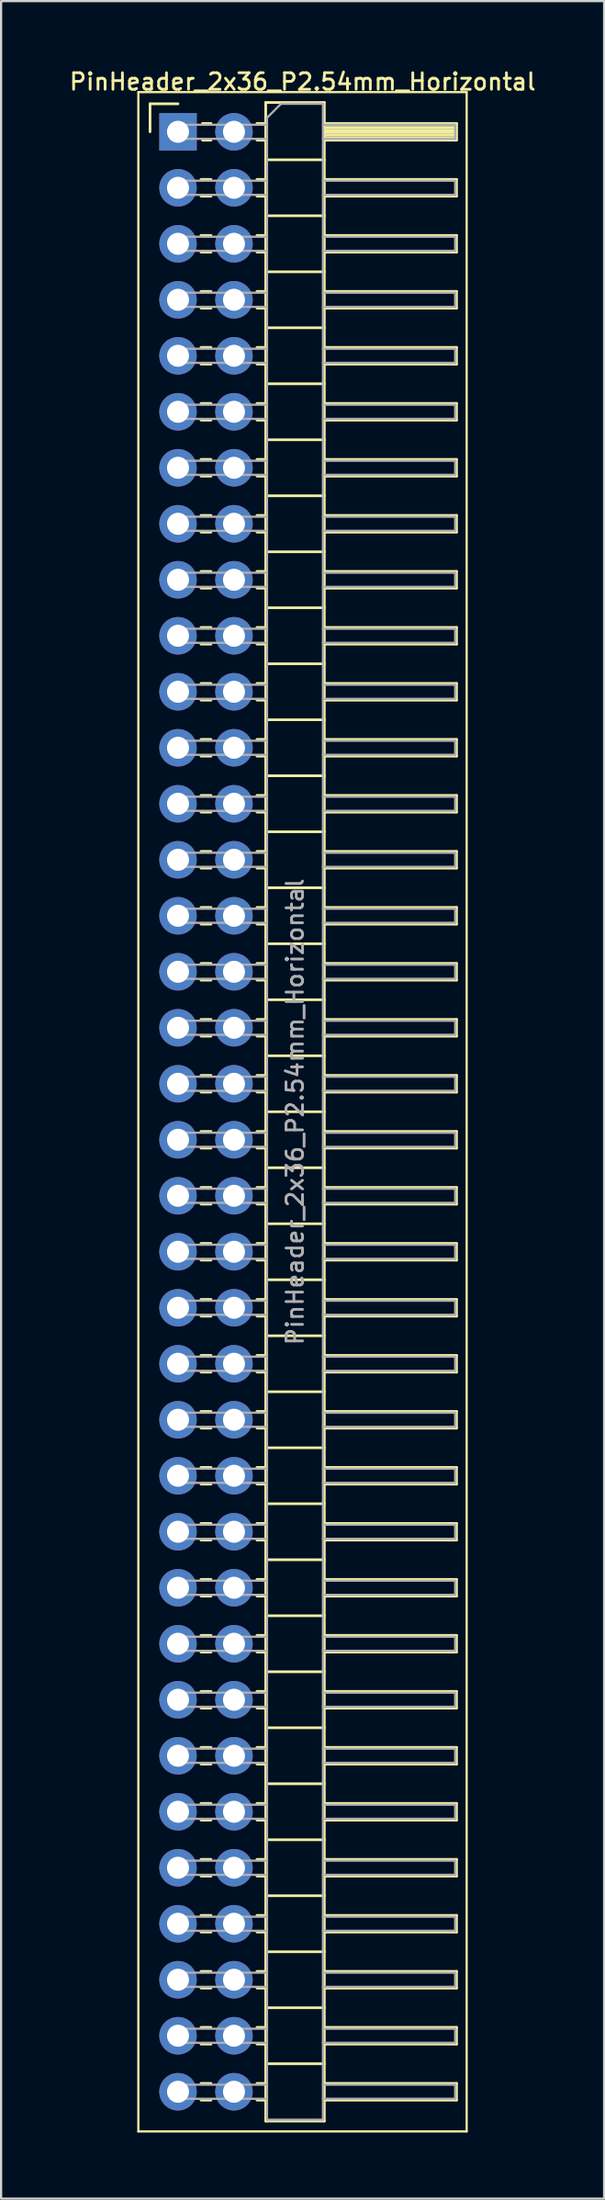
<source format=kicad_pcb>
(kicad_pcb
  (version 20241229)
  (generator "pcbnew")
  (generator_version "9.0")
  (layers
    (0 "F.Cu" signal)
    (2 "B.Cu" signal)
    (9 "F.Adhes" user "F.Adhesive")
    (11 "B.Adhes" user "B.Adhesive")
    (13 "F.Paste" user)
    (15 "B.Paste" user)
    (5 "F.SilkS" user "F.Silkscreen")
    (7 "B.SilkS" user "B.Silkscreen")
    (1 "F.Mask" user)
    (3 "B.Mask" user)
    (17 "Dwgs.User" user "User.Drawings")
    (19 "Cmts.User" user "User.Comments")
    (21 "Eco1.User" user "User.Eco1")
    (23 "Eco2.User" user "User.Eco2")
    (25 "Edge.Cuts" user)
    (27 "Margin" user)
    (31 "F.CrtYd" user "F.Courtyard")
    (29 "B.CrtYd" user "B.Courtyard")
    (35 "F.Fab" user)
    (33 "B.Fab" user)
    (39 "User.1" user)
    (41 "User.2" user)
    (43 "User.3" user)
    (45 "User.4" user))
  (footprint "PinHeader_2x36_P2.54mm_Horizontal"
    (layer "F.Cu")
    (at 5.029 2.928)
    (property "Reference" "PinHeader_2x36_P2.54mm_Horizontal" (at 5.655 -2.27 0) (layer "F.SilkS") (effects (font (size 0.75 0.75) (thickness 0.125))))
    (attr through_hole)
    (fp_line (start -1.8 -1.8) (end -1.8 90.7) (stroke (width 0.1) (type solid)) (layer "F.SilkS"))
    (fp_line (start -1.8 90.7) (end 13.1 90.7) (stroke (width 0.1) (type solid)) (layer "F.SilkS"))
    (fp_line (start -1.27 -1.27) (end 0 -1.27) (stroke (width 0.12) (type solid)) (layer "F.SilkS"))
    (fp_line (start -1.27 0) (end -1.27 -1.27) (stroke (width 0.12) (type solid)) (layer "F.SilkS"))
    (fp_line (start 1.043 2.16) (end 1.497 2.16) (stroke (width 0.12) (type solid)) (layer "F.SilkS"))
    (fp_line (start 1.043 2.92) (end 1.497 2.92) (stroke (width 0.12) (type solid)) (layer "F.SilkS"))
    (fp_line (start 1.043 4.7) (end 1.497 4.7) (stroke (width 0.12) (type solid)) (layer "F.SilkS"))
    (fp_line (start 1.043 5.46) (end 1.497 5.46) (stroke (width 0.12) (type solid)) (layer "F.SilkS"))
    (fp_line (start 1.043 7.24) (end 1.497 7.24) (stroke (width 0.12) (type solid)) (layer "F.SilkS"))
    (fp_line (start 1.043 8) (end 1.497 8) (stroke (width 0.12) (type solid)) (layer "F.SilkS"))
    (fp_line (start 1.043 9.78) (end 1.497 9.78) (stroke (width 0.12) (type solid)) (layer "F.SilkS"))
    (fp_line (start 1.043 10.54) (end 1.497 10.54) (stroke (width 0.12) (type solid)) (layer "F.SilkS"))
    (fp_line (start 1.043 12.32) (end 1.497 12.32) (stroke (width 0.12) (type solid)) (layer "F.SilkS"))
    (fp_line (start 1.043 13.08) (end 1.497 13.08) (stroke (width 0.12) (type solid)) (layer "F.SilkS"))
    (fp_line (start 1.043 14.86) (end 1.497 14.86) (stroke (width 0.12) (type solid)) (layer "F.SilkS"))
    (fp_line (start 1.043 15.62) (end 1.497 15.62) (stroke (width 0.12) (type solid)) (layer "F.SilkS"))
    (fp_line (start 1.043 17.4) (end 1.497 17.4) (stroke (width 0.12) (type solid)) (layer "F.SilkS"))
    (fp_line (start 1.043 18.16) (end 1.497 18.16) (stroke (width 0.12) (type solid)) (layer "F.SilkS"))
    (fp_line (start 1.043 19.94) (end 1.497 19.94) (stroke (width 0.12) (type solid)) (layer "F.SilkS"))
    (fp_line (start 1.043 20.7) (end 1.497 20.7) (stroke (width 0.12) (type solid)) (layer "F.SilkS"))
    (fp_line (start 1.043 22.48) (end 1.497 22.48) (stroke (width 0.12) (type solid)) (layer "F.SilkS"))
    (fp_line (start 1.043 23.24) (end 1.497 23.24) (stroke (width 0.12) (type solid)) (layer "F.SilkS"))
    (fp_line (start 1.043 25.02) (end 1.497 25.02) (stroke (width 0.12) (type solid)) (layer "F.SilkS"))
    (fp_line (start 1.043 25.78) (end 1.497 25.78) (stroke (width 0.12) (type solid)) (layer "F.SilkS"))
    (fp_line (start 1.043 27.56) (end 1.497 27.56) (stroke (width 0.12) (type solid)) (layer "F.SilkS"))
    (fp_line (start 1.043 28.32) (end 1.497 28.32) (stroke (width 0.12) (type solid)) (layer "F.SilkS"))
    (fp_line (start 1.043 30.1) (end 1.497 30.1) (stroke (width 0.12) (type solid)) (layer "F.SilkS"))
    (fp_line (start 1.043 30.86) (end 1.497 30.86) (stroke (width 0.12) (type solid)) (layer "F.SilkS"))
    (fp_line (start 1.043 32.64) (end 1.497 32.64) (stroke (width 0.12) (type solid)) (layer "F.SilkS"))
    (fp_line (start 1.043 33.4) (end 1.497 33.4) (stroke (width 0.12) (type solid)) (layer "F.SilkS"))
    (fp_line (start 1.043 35.18) (end 1.497 35.18) (stroke (width 0.12) (type solid)) (layer "F.SilkS"))
    (fp_line (start 1.043 35.94) (end 1.497 35.94) (stroke (width 0.12) (type solid)) (layer "F.SilkS"))
    (fp_line (start 1.043 37.72) (end 1.497 37.72) (stroke (width 0.12) (type solid)) (layer "F.SilkS"))
    (fp_line (start 1.043 38.48) (end 1.497 38.48) (stroke (width 0.12) (type solid)) (layer "F.SilkS"))
    (fp_line (start 1.043 40.26) (end 1.497 40.26) (stroke (width 0.12) (type solid)) (layer "F.SilkS"))
    (fp_line (start 1.043 41.02) (end 1.497 41.02) (stroke (width 0.12) (type solid)) (layer "F.SilkS"))
    (fp_line (start 1.043 42.8) (end 1.497 42.8) (stroke (width 0.12) (type solid)) (layer "F.SilkS"))
    (fp_line (start 1.043 43.56) (end 1.497 43.56) (stroke (width 0.12) (type solid)) (layer "F.SilkS"))
    (fp_line (start 1.043 45.34) (end 1.497 45.34) (stroke (width 0.12) (type solid)) (layer "F.SilkS"))
    (fp_line (start 1.043 46.1) (end 1.497 46.1) (stroke (width 0.12) (type solid)) (layer "F.SilkS"))
    (fp_line (start 1.043 47.88) (end 1.497 47.88) (stroke (width 0.12) (type solid)) (layer "F.SilkS"))
    (fp_line (start 1.043 48.64) (end 1.497 48.64) (stroke (width 0.12) (type solid)) (layer "F.SilkS"))
    (fp_line (start 1.043 50.42) (end 1.497 50.42) (stroke (width 0.12) (type solid)) (layer "F.SilkS"))
    (fp_line (start 1.043 51.18) (end 1.497 51.18) (stroke (width 0.12) (type solid)) (layer "F.SilkS"))
    (fp_line (start 1.043 52.96) (end 1.497 52.96) (stroke (width 0.12) (type solid)) (layer "F.SilkS"))
    (fp_line (start 1.043 53.72) (end 1.497 53.72) (stroke (width 0.12) (type solid)) (layer "F.SilkS"))
    (fp_line (start 1.043 55.5) (end 1.497 55.5) (stroke (width 0.12) (type solid)) (layer "F.SilkS"))
    (fp_line (start 1.043 56.26) (end 1.497 56.26) (stroke (width 0.12) (type solid)) (layer "F.SilkS"))
    (fp_line (start 1.043 58.04) (end 1.497 58.04) (stroke (width 0.12) (type solid)) (layer "F.SilkS"))
    (fp_line (start 1.043 58.8) (end 1.497 58.8) (stroke (width 0.12) (type solid)) (layer "F.SilkS"))
    (fp_line (start 1.043 60.58) (end 1.497 60.58) (stroke (width 0.12) (type solid)) (layer "F.SilkS"))
    (fp_line (start 1.043 61.34) (end 1.497 61.34) (stroke (width 0.12) (type solid)) (layer "F.SilkS"))
    (fp_line (start 1.043 63.12) (end 1.497 63.12) (stroke (width 0.12) (type solid)) (layer "F.SilkS"))
    (fp_line (start 1.043 63.88) (end 1.497 63.88) (stroke (width 0.12) (type solid)) (layer "F.SilkS"))
    (fp_line (start 1.043 65.66) (end 1.497 65.66) (stroke (width 0.12) (type solid)) (layer "F.SilkS"))
    (fp_line (start 1.043 66.42) (end 1.497 66.42) (stroke (width 0.12) (type solid)) (layer "F.SilkS"))
    (fp_line (start 1.043 68.2) (end 1.497 68.2) (stroke (width 0.12) (type solid)) (layer "F.SilkS"))
    (fp_line (start 1.043 68.96) (end 1.497 68.96) (stroke (width 0.12) (type solid)) (layer "F.SilkS"))
    (fp_line (start 1.043 70.74) (end 1.497 70.74) (stroke (width 0.12) (type solid)) (layer "F.SilkS"))
    (fp_line (start 1.043 71.5) (end 1.497 71.5) (stroke (width 0.12) (type solid)) (layer "F.SilkS"))
    (fp_line (start 1.043 73.28) (end 1.497 73.28) (stroke (width 0.12) (type solid)) (layer "F.SilkS"))
    (fp_line (start 1.043 74.04) (end 1.497 74.04) (stroke (width 0.12) (type solid)) (layer "F.SilkS"))
    (fp_line (start 1.043 75.82) (end 1.497 75.82) (stroke (width 0.12) (type solid)) (layer "F.SilkS"))
    (fp_line (start 1.043 76.58) (end 1.497 76.58) (stroke (width 0.12) (type solid)) (layer "F.SilkS"))
    (fp_line (start 1.043 78.36) (end 1.497 78.36) (stroke (width 0.12) (type solid)) (layer "F.SilkS"))
    (fp_line (start 1.043 79.12) (end 1.497 79.12) (stroke (width 0.12) (type solid)) (layer "F.SilkS"))
    (fp_line (start 1.043 80.9) (end 1.497 80.9) (stroke (width 0.12) (type solid)) (layer "F.SilkS"))
    (fp_line (start 1.043 81.66) (end 1.497 81.66) (stroke (width 0.12) (type solid)) (layer "F.SilkS"))
    (fp_line (start 1.043 83.44) (end 1.497 83.44) (stroke (width 0.12) (type solid)) (layer "F.SilkS"))
    (fp_line (start 1.043 84.2) (end 1.497 84.2) (stroke (width 0.12) (type solid)) (layer "F.SilkS"))
    (fp_line (start 1.043 85.98) (end 1.497 85.98) (stroke (width 0.12) (type solid)) (layer "F.SilkS"))
    (fp_line (start 1.043 86.74) (end 1.497 86.74) (stroke (width 0.12) (type solid)) (layer "F.SilkS"))
    (fp_line (start 1.043 88.52) (end 1.497 88.52) (stroke (width 0.12) (type solid)) (layer "F.SilkS"))
    (fp_line (start 1.043 89.28) (end 1.497 89.28) (stroke (width 0.12) (type solid)) (layer "F.SilkS"))
    (fp_line (start 1.11 -0.38) (end 1.497 -0.38) (stroke (width 0.12) (type solid)) (layer "F.SilkS"))
    (fp_line (start 1.11 0.38) (end 1.497 0.38) (stroke (width 0.12) (type solid)) (layer "F.SilkS"))
    (fp_line (start 3.583 -0.38) (end 3.98 -0.38) (stroke (width 0.12) (type solid)) (layer "F.SilkS"))
    (fp_line (start 3.583 0.38) (end 3.98 0.38) (stroke (width 0.12) (type solid)) (layer "F.SilkS"))
    (fp_line (start 3.583 2.16) (end 3.98 2.16) (stroke (width 0.12) (type solid)) (layer "F.SilkS"))
    (fp_line (start 3.583 2.92) (end 3.98 2.92) (stroke (width 0.12) (type solid)) (layer "F.SilkS"))
    (fp_line (start 3.583 4.7) (end 3.98 4.7) (stroke (width 0.12) (type solid)) (layer "F.SilkS"))
    (fp_line (start 3.583 5.46) (end 3.98 5.46) (stroke (width 0.12) (type solid)) (layer "F.SilkS"))
    (fp_line (start 3.583 7.24) (end 3.98 7.24) (stroke (width 0.12) (type solid)) (layer "F.SilkS"))
    (fp_line (start 3.583 8) (end 3.98 8) (stroke (width 0.12) (type solid)) (layer "F.SilkS"))
    (fp_line (start 3.583 9.78) (end 3.98 9.78) (stroke (width 0.12) (type solid)) (layer "F.SilkS"))
    (fp_line (start 3.583 10.54) (end 3.98 10.54) (stroke (width 0.12) (type solid)) (layer "F.SilkS"))
    (fp_line (start 3.583 12.32) (end 3.98 12.32) (stroke (width 0.12) (type solid)) (layer "F.SilkS"))
    (fp_line (start 3.583 13.08) (end 3.98 13.08) (stroke (width 0.12) (type solid)) (layer "F.SilkS"))
    (fp_line (start 3.583 14.86) (end 3.98 14.86) (stroke (width 0.12) (type solid)) (layer "F.SilkS"))
    (fp_line (start 3.583 15.62) (end 3.98 15.62) (stroke (width 0.12) (type solid)) (layer "F.SilkS"))
    (fp_line (start 3.583 17.4) (end 3.98 17.4) (stroke (width 0.12) (type solid)) (layer "F.SilkS"))
    (fp_line (start 3.583 18.16) (end 3.98 18.16) (stroke (width 0.12) (type solid)) (layer "F.SilkS"))
    (fp_line (start 3.583 19.94) (end 3.98 19.94) (stroke (width 0.12) (type solid)) (layer "F.SilkS"))
    (fp_line (start 3.583 20.7) (end 3.98 20.7) (stroke (width 0.12) (type solid)) (layer "F.SilkS"))
    (fp_line (start 3.583 22.48) (end 3.98 22.48) (stroke (width 0.12) (type solid)) (layer "F.SilkS"))
    (fp_line (start 3.583 23.24) (end 3.98 23.24) (stroke (width 0.12) (type solid)) (layer "F.SilkS"))
    (fp_line (start 3.583 25.02) (end 3.98 25.02) (stroke (width 0.12) (type solid)) (layer "F.SilkS"))
    (fp_line (start 3.583 25.78) (end 3.98 25.78) (stroke (width 0.12) (type solid)) (layer "F.SilkS"))
    (fp_line (start 3.583 27.56) (end 3.98 27.56) (stroke (width 0.12) (type solid)) (layer "F.SilkS"))
    (fp_line (start 3.583 28.32) (end 3.98 28.32) (stroke (width 0.12) (type solid)) (layer "F.SilkS"))
    (fp_line (start 3.583 30.1) (end 3.98 30.1) (stroke (width 0.12) (type solid)) (layer "F.SilkS"))
    (fp_line (start 3.583 30.86) (end 3.98 30.86) (stroke (width 0.12) (type solid)) (layer "F.SilkS"))
    (fp_line (start 3.583 32.64) (end 3.98 32.64) (stroke (width 0.12) (type solid)) (layer "F.SilkS"))
    (fp_line (start 3.583 33.4) (end 3.98 33.4) (stroke (width 0.12) (type solid)) (layer "F.SilkS"))
    (fp_line (start 3.583 35.18) (end 3.98 35.18) (stroke (width 0.12) (type solid)) (layer "F.SilkS"))
    (fp_line (start 3.583 35.94) (end 3.98 35.94) (stroke (width 0.12) (type solid)) (layer "F.SilkS"))
    (fp_line (start 3.583 37.72) (end 3.98 37.72) (stroke (width 0.12) (type solid)) (layer "F.SilkS"))
    (fp_line (start 3.583 38.48) (end 3.98 38.48) (stroke (width 0.12) (type solid)) (layer "F.SilkS"))
    (fp_line (start 3.583 40.26) (end 3.98 40.26) (stroke (width 0.12) (type solid)) (layer "F.SilkS"))
    (fp_line (start 3.583 41.02) (end 3.98 41.02) (stroke (width 0.12) (type solid)) (layer "F.SilkS"))
    (fp_line (start 3.583 42.8) (end 3.98 42.8) (stroke (width 0.12) (type solid)) (layer "F.SilkS"))
    (fp_line (start 3.583 43.56) (end 3.98 43.56) (stroke (width 0.12) (type solid)) (layer "F.SilkS"))
    (fp_line (start 3.583 45.34) (end 3.98 45.34) (stroke (width 0.12) (type solid)) (layer "F.SilkS"))
    (fp_line (start 3.583 46.1) (end 3.98 46.1) (stroke (width 0.12) (type solid)) (layer "F.SilkS"))
    (fp_line (start 3.583 47.88) (end 3.98 47.88) (stroke (width 0.12) (type solid)) (layer "F.SilkS"))
    (fp_line (start 3.583 48.64) (end 3.98 48.64) (stroke (width 0.12) (type solid)) (layer "F.SilkS"))
    (fp_line (start 3.583 50.42) (end 3.98 50.42) (stroke (width 0.12) (type solid)) (layer "F.SilkS"))
    (fp_line (start 3.583 51.18) (end 3.98 51.18) (stroke (width 0.12) (type solid)) (layer "F.SilkS"))
    (fp_line (start 3.583 52.96) (end 3.98 52.96) (stroke (width 0.12) (type solid)) (layer "F.SilkS"))
    (fp_line (start 3.583 53.72) (end 3.98 53.72) (stroke (width 0.12) (type solid)) (layer "F.SilkS"))
    (fp_line (start 3.583 55.5) (end 3.98 55.5) (stroke (width 0.12) (type solid)) (layer "F.SilkS"))
    (fp_line (start 3.583 56.26) (end 3.98 56.26) (stroke (width 0.12) (type solid)) (layer "F.SilkS"))
    (fp_line (start 3.583 58.04) (end 3.98 58.04) (stroke (width 0.12) (type solid)) (layer "F.SilkS"))
    (fp_line (start 3.583 58.8) (end 3.98 58.8) (stroke (width 0.12) (type solid)) (layer "F.SilkS"))
    (fp_line (start 3.583 60.58) (end 3.98 60.58) (stroke (width 0.12) (type solid)) (layer "F.SilkS"))
    (fp_line (start 3.583 61.34) (end 3.98 61.34) (stroke (width 0.12) (type solid)) (layer "F.SilkS"))
    (fp_line (start 3.583 63.12) (end 3.98 63.12) (stroke (width 0.12) (type solid)) (layer "F.SilkS"))
    (fp_line (start 3.583 63.88) (end 3.98 63.88) (stroke (width 0.12) (type solid)) (layer "F.SilkS"))
    (fp_line (start 3.583 65.66) (end 3.98 65.66) (stroke (width 0.12) (type solid)) (layer "F.SilkS"))
    (fp_line (start 3.583 66.42) (end 3.98 66.42) (stroke (width 0.12) (type solid)) (layer "F.SilkS"))
    (fp_line (start 3.583 68.2) (end 3.98 68.2) (stroke (width 0.12) (type solid)) (layer "F.SilkS"))
    (fp_line (start 3.583 68.96) (end 3.98 68.96) (stroke (width 0.12) (type solid)) (layer "F.SilkS"))
    (fp_line (start 3.583 70.74) (end 3.98 70.74) (stroke (width 0.12) (type solid)) (layer "F.SilkS"))
    (fp_line (start 3.583 71.5) (end 3.98 71.5) (stroke (width 0.12) (type solid)) (layer "F.SilkS"))
    (fp_line (start 3.583 73.28) (end 3.98 73.28) (stroke (width 0.12) (type solid)) (layer "F.SilkS"))
    (fp_line (start 3.583 74.04) (end 3.98 74.04) (stroke (width 0.12) (type solid)) (layer "F.SilkS"))
    (fp_line (start 3.583 75.82) (end 3.98 75.82) (stroke (width 0.12) (type solid)) (layer "F.SilkS"))
    (fp_line (start 3.583 76.58) (end 3.98 76.58) (stroke (width 0.12) (type solid)) (layer "F.SilkS"))
    (fp_line (start 3.583 78.36) (end 3.98 78.36) (stroke (width 0.12) (type solid)) (layer "F.SilkS"))
    (fp_line (start 3.583 79.12) (end 3.98 79.12) (stroke (width 0.12) (type solid)) (layer "F.SilkS"))
    (fp_line (start 3.583 80.9) (end 3.98 80.9) (stroke (width 0.12) (type solid)) (layer "F.SilkS"))
    (fp_line (start 3.583 81.66) (end 3.98 81.66) (stroke (width 0.12) (type solid)) (layer "F.SilkS"))
    (fp_line (start 3.583 83.44) (end 3.98 83.44) (stroke (width 0.12) (type solid)) (layer "F.SilkS"))
    (fp_line (start 3.583 84.2) (end 3.98 84.2) (stroke (width 0.12) (type solid)) (layer "F.SilkS"))
    (fp_line (start 3.583 85.98) (end 3.98 85.98) (stroke (width 0.12) (type solid)) (layer "F.SilkS"))
    (fp_line (start 3.583 86.74) (end 3.98 86.74) (stroke (width 0.12) (type solid)) (layer "F.SilkS"))
    (fp_line (start 3.583 88.52) (end 3.98 88.52) (stroke (width 0.12) (type solid)) (layer "F.SilkS"))
    (fp_line (start 3.583 89.28) (end 3.98 89.28) (stroke (width 0.12) (type solid)) (layer "F.SilkS"))
    (fp_line (start 3.98 -1.33) (end 3.98 90.23) (stroke (width 0.12) (type solid)) (layer "F.SilkS"))
    (fp_line (start 3.98 1.27) (end 6.64 1.27) (stroke (width 0.12) (type solid)) (layer "F.SilkS"))
    (fp_line (start 3.98 3.81) (end 6.64 3.81) (stroke (width 0.12) (type solid)) (layer "F.SilkS"))
    (fp_line (start 3.98 6.35) (end 6.64 6.35) (stroke (width 0.12) (type solid)) (layer "F.SilkS"))
    (fp_line (start 3.98 8.89) (end 6.64 8.89) (stroke (width 0.12) (type solid)) (layer "F.SilkS"))
    (fp_line (start 3.98 11.43) (end 6.64 11.43) (stroke (width 0.12) (type solid)) (layer "F.SilkS"))
    (fp_line (start 3.98 13.97) (end 6.64 13.97) (stroke (width 0.12) (type solid)) (layer "F.SilkS"))
    (fp_line (start 3.98 16.51) (end 6.64 16.51) (stroke (width 0.12) (type solid)) (layer "F.SilkS"))
    (fp_line (start 3.98 19.05) (end 6.64 19.05) (stroke (width 0.12) (type solid)) (layer "F.SilkS"))
    (fp_line (start 3.98 21.59) (end 6.64 21.59) (stroke (width 0.12) (type solid)) (layer "F.SilkS"))
    (fp_line (start 3.98 24.13) (end 6.64 24.13) (stroke (width 0.12) (type solid)) (layer "F.SilkS"))
    (fp_line (start 3.98 26.67) (end 6.64 26.67) (stroke (width 0.12) (type solid)) (layer "F.SilkS"))
    (fp_line (start 3.98 29.21) (end 6.64 29.21) (stroke (width 0.12) (type solid)) (layer "F.SilkS"))
    (fp_line (start 3.98 31.75) (end 6.64 31.75) (stroke (width 0.12) (type solid)) (layer "F.SilkS"))
    (fp_line (start 3.98 34.29) (end 6.64 34.29) (stroke (width 0.12) (type solid)) (layer "F.SilkS"))
    (fp_line (start 3.98 36.83) (end 6.64 36.83) (stroke (width 0.12) (type solid)) (layer "F.SilkS"))
    (fp_line (start 3.98 39.37) (end 6.64 39.37) (stroke (width 0.12) (type solid)) (layer "F.SilkS"))
    (fp_line (start 3.98 41.91) (end 6.64 41.91) (stroke (width 0.12) (type solid)) (layer "F.SilkS"))
    (fp_line (start 3.98 44.45) (end 6.64 44.45) (stroke (width 0.12) (type solid)) (layer "F.SilkS"))
    (fp_line (start 3.98 46.99) (end 6.64 46.99) (stroke (width 0.12) (type solid)) (layer "F.SilkS"))
    (fp_line (start 3.98 49.53) (end 6.64 49.53) (stroke (width 0.12) (type solid)) (layer "F.SilkS"))
    (fp_line (start 3.98 52.07) (end 6.64 52.07) (stroke (width 0.12) (type solid)) (layer "F.SilkS"))
    (fp_line (start 3.98 54.61) (end 6.64 54.61) (stroke (width 0.12) (type solid)) (layer "F.SilkS"))
    (fp_line (start 3.98 57.15) (end 6.64 57.15) (stroke (width 0.12) (type solid)) (layer "F.SilkS"))
    (fp_line (start 3.98 59.69) (end 6.64 59.69) (stroke (width 0.12) (type solid)) (layer "F.SilkS"))
    (fp_line (start 3.98 62.23) (end 6.64 62.23) (stroke (width 0.12) (type solid)) (layer "F.SilkS"))
    (fp_line (start 3.98 64.77) (end 6.64 64.77) (stroke (width 0.12) (type solid)) (layer "F.SilkS"))
    (fp_line (start 3.98 67.31) (end 6.64 67.31) (stroke (width 0.12) (type solid)) (layer "F.SilkS"))
    (fp_line (start 3.98 69.85) (end 6.64 69.85) (stroke (width 0.12) (type solid)) (layer "F.SilkS"))
    (fp_line (start 3.98 72.39) (end 6.64 72.39) (stroke (width 0.12) (type solid)) (layer "F.SilkS"))
    (fp_line (start 3.98 74.93) (end 6.64 74.93) (stroke (width 0.12) (type solid)) (layer "F.SilkS"))
    (fp_line (start 3.98 77.47) (end 6.64 77.47) (stroke (width 0.12) (type solid)) (layer "F.SilkS"))
    (fp_line (start 3.98 80.01) (end 6.64 80.01) (stroke (width 0.12) (type solid)) (layer "F.SilkS"))
    (fp_line (start 3.98 82.55) (end 6.64 82.55) (stroke (width 0.12) (type solid)) (layer "F.SilkS"))
    (fp_line (start 3.98 85.09) (end 6.64 85.09) (stroke (width 0.12) (type solid)) (layer "F.SilkS"))
    (fp_line (start 3.98 87.63) (end 6.64 87.63) (stroke (width 0.12) (type solid)) (layer "F.SilkS"))
    (fp_line (start 3.98 90.23) (end 6.64 90.23) (stroke (width 0.12) (type solid)) (layer "F.SilkS"))
    (fp_line (start 6.64 -1.33) (end 3.98 -1.33) (stroke (width 0.12) (type solid)) (layer "F.SilkS"))
    (fp_line (start 6.64 -0.38) (end 12.64 -0.38) (stroke (width 0.12) (type solid)) (layer "F.SilkS"))
    (fp_line (start 6.64 -0.32) (end 12.64 -0.32) (stroke (width 0.12) (type solid)) (layer "F.SilkS"))
    (fp_line (start 6.64 -0.2) (end 12.64 -0.2) (stroke (width 0.12) (type solid)) (layer "F.SilkS"))
    (fp_line (start 6.64 -0.08) (end 12.64 -0.08) (stroke (width 0.12) (type solid)) (layer "F.SilkS"))
    (fp_line (start 6.64 0.04) (end 12.64 0.04) (stroke (width 0.12) (type solid)) (layer "F.SilkS"))
    (fp_line (start 6.64 0.16) (end 12.64 0.16) (stroke (width 0.12) (type solid)) (layer "F.SilkS"))
    (fp_line (start 6.64 0.28) (end 12.64 0.28) (stroke (width 0.12) (type solid)) (layer "F.SilkS"))
    (fp_line (start 6.64 2.16) (end 12.64 2.16) (stroke (width 0.12) (type solid)) (layer "F.SilkS"))
    (fp_line (start 6.64 4.7) (end 12.64 4.7) (stroke (width 0.12) (type solid)) (layer "F.SilkS"))
    (fp_line (start 6.64 7.24) (end 12.64 7.24) (stroke (width 0.12) (type solid)) (layer "F.SilkS"))
    (fp_line (start 6.64 9.78) (end 12.64 9.78) (stroke (width 0.12) (type solid)) (layer "F.SilkS"))
    (fp_line (start 6.64 12.32) (end 12.64 12.32) (stroke (width 0.12) (type solid)) (layer "F.SilkS"))
    (fp_line (start 6.64 14.86) (end 12.64 14.86) (stroke (width 0.12) (type solid)) (layer "F.SilkS"))
    (fp_line (start 6.64 17.4) (end 12.64 17.4) (stroke (width 0.12) (type solid)) (layer "F.SilkS"))
    (fp_line (start 6.64 19.94) (end 12.64 19.94) (stroke (width 0.12) (type solid)) (layer "F.SilkS"))
    (fp_line (start 6.64 22.48) (end 12.64 22.48) (stroke (width 0.12) (type solid)) (layer "F.SilkS"))
    (fp_line (start 6.64 25.02) (end 12.64 25.02) (stroke (width 0.12) (type solid)) (layer "F.SilkS"))
    (fp_line (start 6.64 27.56) (end 12.64 27.56) (stroke (width 0.12) (type solid)) (layer "F.SilkS"))
    (fp_line (start 6.64 30.1) (end 12.64 30.1) (stroke (width 0.12) (type solid)) (layer "F.SilkS"))
    (fp_line (start 6.64 32.64) (end 12.64 32.64) (stroke (width 0.12) (type solid)) (layer "F.SilkS"))
    (fp_line (start 6.64 35.18) (end 12.64 35.18) (stroke (width 0.12) (type solid)) (layer "F.SilkS"))
    (fp_line (start 6.64 37.72) (end 12.64 37.72) (stroke (width 0.12) (type solid)) (layer "F.SilkS"))
    (fp_line (start 6.64 40.26) (end 12.64 40.26) (stroke (width 0.12) (type solid)) (layer "F.SilkS"))
    (fp_line (start 6.64 42.8) (end 12.64 42.8) (stroke (width 0.12) (type solid)) (layer "F.SilkS"))
    (fp_line (start 6.64 45.34) (end 12.64 45.34) (stroke (width 0.12) (type solid)) (layer "F.SilkS"))
    (fp_line (start 6.64 47.88) (end 12.64 47.88) (stroke (width 0.12) (type solid)) (layer "F.SilkS"))
    (fp_line (start 6.64 50.42) (end 12.64 50.42) (stroke (width 0.12) (type solid)) (layer "F.SilkS"))
    (fp_line (start 6.64 52.96) (end 12.64 52.96) (stroke (width 0.12) (type solid)) (layer "F.SilkS"))
    (fp_line (start 6.64 55.5) (end 12.64 55.5) (stroke (width 0.12) (type solid)) (layer "F.SilkS"))
    (fp_line (start 6.64 58.04) (end 12.64 58.04) (stroke (width 0.12) (type solid)) (layer "F.SilkS"))
    (fp_line (start 6.64 60.58) (end 12.64 60.58) (stroke (width 0.12) (type solid)) (layer "F.SilkS"))
    (fp_line (start 6.64 63.12) (end 12.64 63.12) (stroke (width 0.12) (type solid)) (layer "F.SilkS"))
    (fp_line (start 6.64 65.66) (end 12.64 65.66) (stroke (width 0.12) (type solid)) (layer "F.SilkS"))
    (fp_line (start 6.64 68.2) (end 12.64 68.2) (stroke (width 0.12) (type solid)) (layer "F.SilkS"))
    (fp_line (start 6.64 70.74) (end 12.64 70.74) (stroke (width 0.12) (type solid)) (layer "F.SilkS"))
    (fp_line (start 6.64 73.28) (end 12.64 73.28) (stroke (width 0.12) (type solid)) (layer "F.SilkS"))
    (fp_line (start 6.64 75.82) (end 12.64 75.82) (stroke (width 0.12) (type solid)) (layer "F.SilkS"))
    (fp_line (start 6.64 78.36) (end 12.64 78.36) (stroke (width 0.12) (type solid)) (layer "F.SilkS"))
    (fp_line (start 6.64 80.9) (end 12.64 80.9) (stroke (width 0.12) (type solid)) (layer "F.SilkS"))
    (fp_line (start 6.64 83.44) (end 12.64 83.44) (stroke (width 0.12) (type solid)) (layer "F.SilkS"))
    (fp_line (start 6.64 85.98) (end 12.64 85.98) (stroke (width 0.12) (type solid)) (layer "F.SilkS"))
    (fp_line (start 6.64 88.52) (end 12.64 88.52) (stroke (width 0.12) (type solid)) (layer "F.SilkS"))
    (fp_line (start 6.64 90.23) (end 6.64 -1.33) (stroke (width 0.12) (type solid)) (layer "F.SilkS"))
    (fp_line (start 12.64 -0.38) (end 12.64 0.38) (stroke (width 0.12) (type solid)) (layer "F.SilkS"))
    (fp_line (start 12.64 0.38) (end 6.64 0.38) (stroke (width 0.12) (type solid)) (layer "F.SilkS"))
    (fp_line (start 12.64 2.16) (end 12.64 2.92) (stroke (width 0.12) (type solid)) (layer "F.SilkS"))
    (fp_line (start 12.64 2.92) (end 6.64 2.92) (stroke (width 0.12) (type solid)) (layer "F.SilkS"))
    (fp_line (start 12.64 4.7) (end 12.64 5.46) (stroke (width 0.12) (type solid)) (layer "F.SilkS"))
    (fp_line (start 12.64 5.46) (end 6.64 5.46) (stroke (width 0.12) (type solid)) (layer "F.SilkS"))
    (fp_line (start 12.64 7.24) (end 12.64 8) (stroke (width 0.12) (type solid)) (layer "F.SilkS"))
    (fp_line (start 12.64 8) (end 6.64 8) (stroke (width 0.12) (type solid)) (layer "F.SilkS"))
    (fp_line (start 12.64 9.78) (end 12.64 10.54) (stroke (width 0.12) (type solid)) (layer "F.SilkS"))
    (fp_line (start 12.64 10.54) (end 6.64 10.54) (stroke (width 0.12) (type solid)) (layer "F.SilkS"))
    (fp_line (start 12.64 12.32) (end 12.64 13.08) (stroke (width 0.12) (type solid)) (layer "F.SilkS"))
    (fp_line (start 12.64 13.08) (end 6.64 13.08) (stroke (width 0.12) (type solid)) (layer "F.SilkS"))
    (fp_line (start 12.64 14.86) (end 12.64 15.62) (stroke (width 0.12) (type solid)) (layer "F.SilkS"))
    (fp_line (start 12.64 15.62) (end 6.64 15.62) (stroke (width 0.12) (type solid)) (layer "F.SilkS"))
    (fp_line (start 12.64 17.4) (end 12.64 18.16) (stroke (width 0.12) (type solid)) (layer "F.SilkS"))
    (fp_line (start 12.64 18.16) (end 6.64 18.16) (stroke (width 0.12) (type solid)) (layer "F.SilkS"))
    (fp_line (start 12.64 19.94) (end 12.64 20.7) (stroke (width 0.12) (type solid)) (layer "F.SilkS"))
    (fp_line (start 12.64 20.7) (end 6.64 20.7) (stroke (width 0.12) (type solid)) (layer "F.SilkS"))
    (fp_line (start 12.64 22.48) (end 12.64 23.24) (stroke (width 0.12) (type solid)) (layer "F.SilkS"))
    (fp_line (start 12.64 23.24) (end 6.64 23.24) (stroke (width 0.12) (type solid)) (layer "F.SilkS"))
    (fp_line (start 12.64 25.02) (end 12.64 25.78) (stroke (width 0.12) (type solid)) (layer "F.SilkS"))
    (fp_line (start 12.64 25.78) (end 6.64 25.78) (stroke (width 0.12) (type solid)) (layer "F.SilkS"))
    (fp_line (start 12.64 27.56) (end 12.64 28.32) (stroke (width 0.12) (type solid)) (layer "F.SilkS"))
    (fp_line (start 12.64 28.32) (end 6.64 28.32) (stroke (width 0.12) (type solid)) (layer "F.SilkS"))
    (fp_line (start 12.64 30.1) (end 12.64 30.86) (stroke (width 0.12) (type solid)) (layer "F.SilkS"))
    (fp_line (start 12.64 30.86) (end 6.64 30.86) (stroke (width 0.12) (type solid)) (layer "F.SilkS"))
    (fp_line (start 12.64 32.64) (end 12.64 33.4) (stroke (width 0.12) (type solid)) (layer "F.SilkS"))
    (fp_line (start 12.64 33.4) (end 6.64 33.4) (stroke (width 0.12) (type solid)) (layer "F.SilkS"))
    (fp_line (start 12.64 35.18) (end 12.64 35.94) (stroke (width 0.12) (type solid)) (layer "F.SilkS"))
    (fp_line (start 12.64 35.94) (end 6.64 35.94) (stroke (width 0.12) (type solid)) (layer "F.SilkS"))
    (fp_line (start 12.64 37.72) (end 12.64 38.48) (stroke (width 0.12) (type solid)) (layer "F.SilkS"))
    (fp_line (start 12.64 38.48) (end 6.64 38.48) (stroke (width 0.12) (type solid)) (layer "F.SilkS"))
    (fp_line (start 12.64 40.26) (end 12.64 41.02) (stroke (width 0.12) (type solid)) (layer "F.SilkS"))
    (fp_line (start 12.64 41.02) (end 6.64 41.02) (stroke (width 0.12) (type solid)) (layer "F.SilkS"))
    (fp_line (start 12.64 42.8) (end 12.64 43.56) (stroke (width 0.12) (type solid)) (layer "F.SilkS"))
    (fp_line (start 12.64 43.56) (end 6.64 43.56) (stroke (width 0.12) (type solid)) (layer "F.SilkS"))
    (fp_line (start 12.64 45.34) (end 12.64 46.1) (stroke (width 0.12) (type solid)) (layer "F.SilkS"))
    (fp_line (start 12.64 46.1) (end 6.64 46.1) (stroke (width 0.12) (type solid)) (layer "F.SilkS"))
    (fp_line (start 12.64 47.88) (end 12.64 48.64) (stroke (width 0.12) (type solid)) (layer "F.SilkS"))
    (fp_line (start 12.64 48.64) (end 6.64 48.64) (stroke (width 0.12) (type solid)) (layer "F.SilkS"))
    (fp_line (start 12.64 50.42) (end 12.64 51.18) (stroke (width 0.12) (type solid)) (layer "F.SilkS"))
    (fp_line (start 12.64 51.18) (end 6.64 51.18) (stroke (width 0.12) (type solid)) (layer "F.SilkS"))
    (fp_line (start 12.64 52.96) (end 12.64 53.72) (stroke (width 0.12) (type solid)) (layer "F.SilkS"))
    (fp_line (start 12.64 53.72) (end 6.64 53.72) (stroke (width 0.12) (type solid)) (layer "F.SilkS"))
    (fp_line (start 12.64 55.5) (end 12.64 56.26) (stroke (width 0.12) (type solid)) (layer "F.SilkS"))
    (fp_line (start 12.64 56.26) (end 6.64 56.26) (stroke (width 0.12) (type solid)) (layer "F.SilkS"))
    (fp_line (start 12.64 58.04) (end 12.64 58.8) (stroke (width 0.12) (type solid)) (layer "F.SilkS"))
    (fp_line (start 12.64 58.8) (end 6.64 58.8) (stroke (width 0.12) (type solid)) (layer "F.SilkS"))
    (fp_line (start 12.64 60.58) (end 12.64 61.34) (stroke (width 0.12) (type solid)) (layer "F.SilkS"))
    (fp_line (start 12.64 61.34) (end 6.64 61.34) (stroke (width 0.12) (type solid)) (layer "F.SilkS"))
    (fp_line (start 12.64 63.12) (end 12.64 63.88) (stroke (width 0.12) (type solid)) (layer "F.SilkS"))
    (fp_line (start 12.64 63.88) (end 6.64 63.88) (stroke (width 0.12) (type solid)) (layer "F.SilkS"))
    (fp_line (start 12.64 65.66) (end 12.64 66.42) (stroke (width 0.12) (type solid)) (layer "F.SilkS"))
    (fp_line (start 12.64 66.42) (end 6.64 66.42) (stroke (width 0.12) (type solid)) (layer "F.SilkS"))
    (fp_line (start 12.64 68.2) (end 12.64 68.96) (stroke (width 0.12) (type solid)) (layer "F.SilkS"))
    (fp_line (start 12.64 68.96) (end 6.64 68.96) (stroke (width 0.12) (type solid)) (layer "F.SilkS"))
    (fp_line (start 12.64 70.74) (end 12.64 71.5) (stroke (width 0.12) (type solid)) (layer "F.SilkS"))
    (fp_line (start 12.64 71.5) (end 6.64 71.5) (stroke (width 0.12) (type solid)) (layer "F.SilkS"))
    (fp_line (start 12.64 73.28) (end 12.64 74.04) (stroke (width 0.12) (type solid)) (layer "F.SilkS"))
    (fp_line (start 12.64 74.04) (end 6.64 74.04) (stroke (width 0.12) (type solid)) (layer "F.SilkS"))
    (fp_line (start 12.64 75.82) (end 12.64 76.58) (stroke (width 0.12) (type solid)) (layer "F.SilkS"))
    (fp_line (start 12.64 76.58) (end 6.64 76.58) (stroke (width 0.12) (type solid)) (layer "F.SilkS"))
    (fp_line (start 12.64 78.36) (end 12.64 79.12) (stroke (width 0.12) (type solid)) (layer "F.SilkS"))
    (fp_line (start 12.64 79.12) (end 6.64 79.12) (stroke (width 0.12) (type solid)) (layer "F.SilkS"))
    (fp_line (start 12.64 80.9) (end 12.64 81.66) (stroke (width 0.12) (type solid)) (layer "F.SilkS"))
    (fp_line (start 12.64 81.66) (end 6.64 81.66) (stroke (width 0.12) (type solid)) (layer "F.SilkS"))
    (fp_line (start 12.64 83.44) (end 12.64 84.2) (stroke (width 0.12) (type solid)) (layer "F.SilkS"))
    (fp_line (start 12.64 84.2) (end 6.64 84.2) (stroke (width 0.12) (type solid)) (layer "F.SilkS"))
    (fp_line (start 12.64 85.98) (end 12.64 86.74) (stroke (width 0.12) (type solid)) (layer "F.SilkS"))
    (fp_line (start 12.64 86.74) (end 6.64 86.74) (stroke (width 0.12) (type solid)) (layer "F.SilkS"))
    (fp_line (start 12.64 88.52) (end 12.64 89.28) (stroke (width 0.12) (type solid)) (layer "F.SilkS"))
    (fp_line (start 12.64 89.28) (end 6.64 89.28) (stroke (width 0.12) (type solid)) (layer "F.SilkS"))
    (fp_line (start 13.1 -1.8) (end -1.8 -1.8) (stroke (width 0.1) (type solid)) (layer "F.SilkS"))
    (fp_line (start 13.1 90.7) (end 13.1 -1.8) (stroke (width 0.1) (type solid)) (layer "F.SilkS"))
    (fp_line (start -0.32 -0.32) (end -0.32 0.32) (stroke (width 0.1) (type solid)) (layer "F.Fab"))
    (fp_line (start -0.32 -0.32) (end 4.04 -0.32) (stroke (width 0.1) (type solid)) (layer "F.Fab"))
    (fp_line (start -0.32 0.32) (end 4.04 0.32) (stroke (width 0.1) (type solid)) (layer "F.Fab"))
    (fp_line (start -0.32 2.22) (end -0.32 2.86) (stroke (width 0.1) (type solid)) (layer "F.Fab"))
    (fp_line (start -0.32 2.22) (end 4.04 2.22) (stroke (width 0.1) (type solid)) (layer "F.Fab"))
    (fp_line (start -0.32 2.86) (end 4.04 2.86) (stroke (width 0.1) (type solid)) (layer "F.Fab"))
    (fp_line (start -0.32 4.76) (end -0.32 5.4) (stroke (width 0.1) (type solid)) (layer "F.Fab"))
    (fp_line (start -0.32 4.76) (end 4.04 4.76) (stroke (width 0.1) (type solid)) (layer "F.Fab"))
    (fp_line (start -0.32 5.4) (end 4.04 5.4) (stroke (width 0.1) (type solid)) (layer "F.Fab"))
    (fp_line (start -0.32 7.3) (end -0.32 7.94) (stroke (width 0.1) (type solid)) (layer "F.Fab"))
    (fp_line (start -0.32 7.3) (end 4.04 7.3) (stroke (width 0.1) (type solid)) (layer "F.Fab"))
    (fp_line (start -0.32 7.94) (end 4.04 7.94) (stroke (width 0.1) (type solid)) (layer "F.Fab"))
    (fp_line (start -0.32 9.84) (end -0.32 10.48) (stroke (width 0.1) (type solid)) (layer "F.Fab"))
    (fp_line (start -0.32 9.84) (end 4.04 9.84) (stroke (width 0.1) (type solid)) (layer "F.Fab"))
    (fp_line (start -0.32 10.48) (end 4.04 10.48) (stroke (width 0.1) (type solid)) (layer "F.Fab"))
    (fp_line (start -0.32 12.38) (end -0.32 13.02) (stroke (width 0.1) (type solid)) (layer "F.Fab"))
    (fp_line (start -0.32 12.38) (end 4.04 12.38) (stroke (width 0.1) (type solid)) (layer "F.Fab"))
    (fp_line (start -0.32 13.02) (end 4.04 13.02) (stroke (width 0.1) (type solid)) (layer "F.Fab"))
    (fp_line (start -0.32 14.92) (end -0.32 15.56) (stroke (width 0.1) (type solid)) (layer "F.Fab"))
    (fp_line (start -0.32 14.92) (end 4.04 14.92) (stroke (width 0.1) (type solid)) (layer "F.Fab"))
    (fp_line (start -0.32 15.56) (end 4.04 15.56) (stroke (width 0.1) (type solid)) (layer "F.Fab"))
    (fp_line (start -0.32 17.46) (end -0.32 18.1) (stroke (width 0.1) (type solid)) (layer "F.Fab"))
    (fp_line (start -0.32 17.46) (end 4.04 17.46) (stroke (width 0.1) (type solid)) (layer "F.Fab"))
    (fp_line (start -0.32 18.1) (end 4.04 18.1) (stroke (width 0.1) (type solid)) (layer "F.Fab"))
    (fp_line (start -0.32 20) (end -0.32 20.64) (stroke (width 0.1) (type solid)) (layer "F.Fab"))
    (fp_line (start -0.32 20) (end 4.04 20) (stroke (width 0.1) (type solid)) (layer "F.Fab"))
    (fp_line (start -0.32 20.64) (end 4.04 20.64) (stroke (width 0.1) (type solid)) (layer "F.Fab"))
    (fp_line (start -0.32 22.54) (end -0.32 23.18) (stroke (width 0.1) (type solid)) (layer "F.Fab"))
    (fp_line (start -0.32 22.54) (end 4.04 22.54) (stroke (width 0.1) (type solid)) (layer "F.Fab"))
    (fp_line (start -0.32 23.18) (end 4.04 23.18) (stroke (width 0.1) (type solid)) (layer "F.Fab"))
    (fp_line (start -0.32 25.08) (end -0.32 25.72) (stroke (width 0.1) (type solid)) (layer "F.Fab"))
    (fp_line (start -0.32 25.08) (end 4.04 25.08) (stroke (width 0.1) (type solid)) (layer "F.Fab"))
    (fp_line (start -0.32 25.72) (end 4.04 25.72) (stroke (width 0.1) (type solid)) (layer "F.Fab"))
    (fp_line (start -0.32 27.62) (end -0.32 28.26) (stroke (width 0.1) (type solid)) (layer "F.Fab"))
    (fp_line (start -0.32 27.62) (end 4.04 27.62) (stroke (width 0.1) (type solid)) (layer "F.Fab"))
    (fp_line (start -0.32 28.26) (end 4.04 28.26) (stroke (width 0.1) (type solid)) (layer "F.Fab"))
    (fp_line (start -0.32 30.16) (end -0.32 30.8) (stroke (width 0.1) (type solid)) (layer "F.Fab"))
    (fp_line (start -0.32 30.16) (end 4.04 30.16) (stroke (width 0.1) (type solid)) (layer "F.Fab"))
    (fp_line (start -0.32 30.8) (end 4.04 30.8) (stroke (width 0.1) (type solid)) (layer "F.Fab"))
    (fp_line (start -0.32 32.7) (end -0.32 33.34) (stroke (width 0.1) (type solid)) (layer "F.Fab"))
    (fp_line (start -0.32 32.7) (end 4.04 32.7) (stroke (width 0.1) (type solid)) (layer "F.Fab"))
    (fp_line (start -0.32 33.34) (end 4.04 33.34) (stroke (width 0.1) (type solid)) (layer "F.Fab"))
    (fp_line (start -0.32 35.24) (end -0.32 35.88) (stroke (width 0.1) (type solid)) (layer "F.Fab"))
    (fp_line (start -0.32 35.24) (end 4.04 35.24) (stroke (width 0.1) (type solid)) (layer "F.Fab"))
    (fp_line (start -0.32 35.88) (end 4.04 35.88) (stroke (width 0.1) (type solid)) (layer "F.Fab"))
    (fp_line (start -0.32 37.78) (end -0.32 38.42) (stroke (width 0.1) (type solid)) (layer "F.Fab"))
    (fp_line (start -0.32 37.78) (end 4.04 37.78) (stroke (width 0.1) (type solid)) (layer "F.Fab"))
    (fp_line (start -0.32 38.42) (end 4.04 38.42) (stroke (width 0.1) (type solid)) (layer "F.Fab"))
    (fp_line (start -0.32 40.32) (end -0.32 40.96) (stroke (width 0.1) (type solid)) (layer "F.Fab"))
    (fp_line (start -0.32 40.32) (end 4.04 40.32) (stroke (width 0.1) (type solid)) (layer "F.Fab"))
    (fp_line (start -0.32 40.96) (end 4.04 40.96) (stroke (width 0.1) (type solid)) (layer "F.Fab"))
    (fp_line (start -0.32 42.86) (end -0.32 43.5) (stroke (width 0.1) (type solid)) (layer "F.Fab"))
    (fp_line (start -0.32 42.86) (end 4.04 42.86) (stroke (width 0.1) (type solid)) (layer "F.Fab"))
    (fp_line (start -0.32 43.5) (end 4.04 43.5) (stroke (width 0.1) (type solid)) (layer "F.Fab"))
    (fp_line (start -0.32 45.4) (end -0.32 46.04) (stroke (width 0.1) (type solid)) (layer "F.Fab"))
    (fp_line (start -0.32 45.4) (end 4.04 45.4) (stroke (width 0.1) (type solid)) (layer "F.Fab"))
    (fp_line (start -0.32 46.04) (end 4.04 46.04) (stroke (width 0.1) (type solid)) (layer "F.Fab"))
    (fp_line (start -0.32 47.94) (end -0.32 48.58) (stroke (width 0.1) (type solid)) (layer "F.Fab"))
    (fp_line (start -0.32 47.94) (end 4.04 47.94) (stroke (width 0.1) (type solid)) (layer "F.Fab"))
    (fp_line (start -0.32 48.58) (end 4.04 48.58) (stroke (width 0.1) (type solid)) (layer "F.Fab"))
    (fp_line (start -0.32 50.48) (end -0.32 51.12) (stroke (width 0.1) (type solid)) (layer "F.Fab"))
    (fp_line (start -0.32 50.48) (end 4.04 50.48) (stroke (width 0.1) (type solid)) (layer "F.Fab"))
    (fp_line (start -0.32 51.12) (end 4.04 51.12) (stroke (width 0.1) (type solid)) (layer "F.Fab"))
    (fp_line (start -0.32 53.02) (end -0.32 53.66) (stroke (width 0.1) (type solid)) (layer "F.Fab"))
    (fp_line (start -0.32 53.02) (end 4.04 53.02) (stroke (width 0.1) (type solid)) (layer "F.Fab"))
    (fp_line (start -0.32 53.66) (end 4.04 53.66) (stroke (width 0.1) (type solid)) (layer "F.Fab"))
    (fp_line (start -0.32 55.56) (end -0.32 56.2) (stroke (width 0.1) (type solid)) (layer "F.Fab"))
    (fp_line (start -0.32 55.56) (end 4.04 55.56) (stroke (width 0.1) (type solid)) (layer "F.Fab"))
    (fp_line (start -0.32 56.2) (end 4.04 56.2) (stroke (width 0.1) (type solid)) (layer "F.Fab"))
    (fp_line (start -0.32 58.1) (end -0.32 58.74) (stroke (width 0.1) (type solid)) (layer "F.Fab"))
    (fp_line (start -0.32 58.1) (end 4.04 58.1) (stroke (width 0.1) (type solid)) (layer "F.Fab"))
    (fp_line (start -0.32 58.74) (end 4.04 58.74) (stroke (width 0.1) (type solid)) (layer "F.Fab"))
    (fp_line (start -0.32 60.64) (end -0.32 61.28) (stroke (width 0.1) (type solid)) (layer "F.Fab"))
    (fp_line (start -0.32 60.64) (end 4.04 60.64) (stroke (width 0.1) (type solid)) (layer "F.Fab"))
    (fp_line (start -0.32 61.28) (end 4.04 61.28) (stroke (width 0.1) (type solid)) (layer "F.Fab"))
    (fp_line (start -0.32 63.18) (end -0.32 63.82) (stroke (width 0.1) (type solid)) (layer "F.Fab"))
    (fp_line (start -0.32 63.18) (end 4.04 63.18) (stroke (width 0.1) (type solid)) (layer "F.Fab"))
    (fp_line (start -0.32 63.82) (end 4.04 63.82) (stroke (width 0.1) (type solid)) (layer "F.Fab"))
    (fp_line (start -0.32 65.72) (end -0.32 66.36) (stroke (width 0.1) (type solid)) (layer "F.Fab"))
    (fp_line (start -0.32 65.72) (end 4.04 65.72) (stroke (width 0.1) (type solid)) (layer "F.Fab"))
    (fp_line (start -0.32 66.36) (end 4.04 66.36) (stroke (width 0.1) (type solid)) (layer "F.Fab"))
    (fp_line (start -0.32 68.26) (end -0.32 68.9) (stroke (width 0.1) (type solid)) (layer "F.Fab"))
    (fp_line (start -0.32 68.26) (end 4.04 68.26) (stroke (width 0.1) (type solid)) (layer "F.Fab"))
    (fp_line (start -0.32 68.9) (end 4.04 68.9) (stroke (width 0.1) (type solid)) (layer "F.Fab"))
    (fp_line (start -0.32 70.8) (end -0.32 71.44) (stroke (width 0.1) (type solid)) (layer "F.Fab"))
    (fp_line (start -0.32 70.8) (end 4.04 70.8) (stroke (width 0.1) (type solid)) (layer "F.Fab"))
    (fp_line (start -0.32 71.44) (end 4.04 71.44) (stroke (width 0.1) (type solid)) (layer "F.Fab"))
    (fp_line (start -0.32 73.34) (end -0.32 73.98) (stroke (width 0.1) (type solid)) (layer "F.Fab"))
    (fp_line (start -0.32 73.34) (end 4.04 73.34) (stroke (width 0.1) (type solid)) (layer "F.Fab"))
    (fp_line (start -0.32 73.98) (end 4.04 73.98) (stroke (width 0.1) (type solid)) (layer "F.Fab"))
    (fp_line (start -0.32 75.88) (end -0.32 76.52) (stroke (width 0.1) (type solid)) (layer "F.Fab"))
    (fp_line (start -0.32 75.88) (end 4.04 75.88) (stroke (width 0.1) (type solid)) (layer "F.Fab"))
    (fp_line (start -0.32 76.52) (end 4.04 76.52) (stroke (width 0.1) (type solid)) (layer "F.Fab"))
    (fp_line (start -0.32 78.42) (end -0.32 79.06) (stroke (width 0.1) (type solid)) (layer "F.Fab"))
    (fp_line (start -0.32 78.42) (end 4.04 78.42) (stroke (width 0.1) (type solid)) (layer "F.Fab"))
    (fp_line (start -0.32 79.06) (end 4.04 79.06) (stroke (width 0.1) (type solid)) (layer "F.Fab"))
    (fp_line (start -0.32 80.96) (end -0.32 81.6) (stroke (width 0.1) (type solid)) (layer "F.Fab"))
    (fp_line (start -0.32 80.96) (end 4.04 80.96) (stroke (width 0.1) (type solid)) (layer "F.Fab"))
    (fp_line (start -0.32 81.6) (end 4.04 81.6) (stroke (width 0.1) (type solid)) (layer "F.Fab"))
    (fp_line (start -0.32 83.5) (end -0.32 84.14) (stroke (width 0.1) (type solid)) (layer "F.Fab"))
    (fp_line (start -0.32 83.5) (end 4.04 83.5) (stroke (width 0.1) (type solid)) (layer "F.Fab"))
    (fp_line (start -0.32 84.14) (end 4.04 84.14) (stroke (width 0.1) (type solid)) (layer "F.Fab"))
    (fp_line (start -0.32 86.04) (end -0.32 86.68) (stroke (width 0.1) (type solid)) (layer "F.Fab"))
    (fp_line (start -0.32 86.04) (end 4.04 86.04) (stroke (width 0.1) (type solid)) (layer "F.Fab"))
    (fp_line (start -0.32 86.68) (end 4.04 86.68) (stroke (width 0.1) (type solid)) (layer "F.Fab"))
    (fp_line (start -0.32 88.58) (end -0.32 89.22) (stroke (width 0.1) (type solid)) (layer "F.Fab"))
    (fp_line (start -0.32 88.58) (end 4.04 88.58) (stroke (width 0.1) (type solid)) (layer "F.Fab"))
    (fp_line (start -0.32 89.22) (end 4.04 89.22) (stroke (width 0.1) (type solid)) (layer "F.Fab"))
    (fp_line (start 4.04 -0.635) (end 4.675 -1.27) (stroke (width 0.1) (type solid)) (layer "F.Fab"))
    (fp_line (start 4.04 90.17) (end 4.04 -0.635) (stroke (width 0.1) (type solid)) (layer "F.Fab"))
    (fp_line (start 4.675 -1.27) (end 6.58 -1.27) (stroke (width 0.1) (type solid)) (layer "F.Fab"))
    (fp_line (start 6.58 -1.27) (end 6.58 90.17) (stroke (width 0.1) (type solid)) (layer "F.Fab"))
    (fp_line (start 6.58 -0.32) (end 12.58 -0.32) (stroke (width 0.1) (type solid)) (layer "F.Fab"))
    (fp_line (start 6.58 0.32) (end 12.58 0.32) (stroke (width 0.1) (type solid)) (layer "F.Fab"))
    (fp_line (start 6.58 2.22) (end 12.58 2.22) (stroke (width 0.1) (type solid)) (layer "F.Fab"))
    (fp_line (start 6.58 2.86) (end 12.58 2.86) (stroke (width 0.1) (type solid)) (layer "F.Fab"))
    (fp_line (start 6.58 4.76) (end 12.58 4.76) (stroke (width 0.1) (type solid)) (layer "F.Fab"))
    (fp_line (start 6.58 5.4) (end 12.58 5.4) (stroke (width 0.1) (type solid)) (layer "F.Fab"))
    (fp_line (start 6.58 7.3) (end 12.58 7.3) (stroke (width 0.1) (type solid)) (layer "F.Fab"))
    (fp_line (start 6.58 7.94) (end 12.58 7.94) (stroke (width 0.1) (type solid)) (layer "F.Fab"))
    (fp_line (start 6.58 9.84) (end 12.58 9.84) (stroke (width 0.1) (type solid)) (layer "F.Fab"))
    (fp_line (start 6.58 10.48) (end 12.58 10.48) (stroke (width 0.1) (type solid)) (layer "F.Fab"))
    (fp_line (start 6.58 12.38) (end 12.58 12.38) (stroke (width 0.1) (type solid)) (layer "F.Fab"))
    (fp_line (start 6.58 13.02) (end 12.58 13.02) (stroke (width 0.1) (type solid)) (layer "F.Fab"))
    (fp_line (start 6.58 14.92) (end 12.58 14.92) (stroke (width 0.1) (type solid)) (layer "F.Fab"))
    (fp_line (start 6.58 15.56) (end 12.58 15.56) (stroke (width 0.1) (type solid)) (layer "F.Fab"))
    (fp_line (start 6.58 17.46) (end 12.58 17.46) (stroke (width 0.1) (type solid)) (layer "F.Fab"))
    (fp_line (start 6.58 18.1) (end 12.58 18.1) (stroke (width 0.1) (type solid)) (layer "F.Fab"))
    (fp_line (start 6.58 20) (end 12.58 20) (stroke (width 0.1) (type solid)) (layer "F.Fab"))
    (fp_line (start 6.58 20.64) (end 12.58 20.64) (stroke (width 0.1) (type solid)) (layer "F.Fab"))
    (fp_line (start 6.58 22.54) (end 12.58 22.54) (stroke (width 0.1) (type solid)) (layer "F.Fab"))
    (fp_line (start 6.58 23.18) (end 12.58 23.18) (stroke (width 0.1) (type solid)) (layer "F.Fab"))
    (fp_line (start 6.58 25.08) (end 12.58 25.08) (stroke (width 0.1) (type solid)) (layer "F.Fab"))
    (fp_line (start 6.58 25.72) (end 12.58 25.72) (stroke (width 0.1) (type solid)) (layer "F.Fab"))
    (fp_line (start 6.58 27.62) (end 12.58 27.62) (stroke (width 0.1) (type solid)) (layer "F.Fab"))
    (fp_line (start 6.58 28.26) (end 12.58 28.26) (stroke (width 0.1) (type solid)) (layer "F.Fab"))
    (fp_line (start 6.58 30.16) (end 12.58 30.16) (stroke (width 0.1) (type solid)) (layer "F.Fab"))
    (fp_line (start 6.58 30.8) (end 12.58 30.8) (stroke (width 0.1) (type solid)) (layer "F.Fab"))
    (fp_line (start 6.58 32.7) (end 12.58 32.7) (stroke (width 0.1) (type solid)) (layer "F.Fab"))
    (fp_line (start 6.58 33.34) (end 12.58 33.34) (stroke (width 0.1) (type solid)) (layer "F.Fab"))
    (fp_line (start 6.58 35.24) (end 12.58 35.24) (stroke (width 0.1) (type solid)) (layer "F.Fab"))
    (fp_line (start 6.58 35.88) (end 12.58 35.88) (stroke (width 0.1) (type solid)) (layer "F.Fab"))
    (fp_line (start 6.58 37.78) (end 12.58 37.78) (stroke (width 0.1) (type solid)) (layer "F.Fab"))
    (fp_line (start 6.58 38.42) (end 12.58 38.42) (stroke (width 0.1) (type solid)) (layer "F.Fab"))
    (fp_line (start 6.58 40.32) (end 12.58 40.32) (stroke (width 0.1) (type solid)) (layer "F.Fab"))
    (fp_line (start 6.58 40.96) (end 12.58 40.96) (stroke (width 0.1) (type solid)) (layer "F.Fab"))
    (fp_line (start 6.58 42.86) (end 12.58 42.86) (stroke (width 0.1) (type solid)) (layer "F.Fab"))
    (fp_line (start 6.58 43.5) (end 12.58 43.5) (stroke (width 0.1) (type solid)) (layer "F.Fab"))
    (fp_line (start 6.58 45.4) (end 12.58 45.4) (stroke (width 0.1) (type solid)) (layer "F.Fab"))
    (fp_line (start 6.58 46.04) (end 12.58 46.04) (stroke (width 0.1) (type solid)) (layer "F.Fab"))
    (fp_line (start 6.58 47.94) (end 12.58 47.94) (stroke (width 0.1) (type solid)) (layer "F.Fab"))
    (fp_line (start 6.58 48.58) (end 12.58 48.58) (stroke (width 0.1) (type solid)) (layer "F.Fab"))
    (fp_line (start 6.58 50.48) (end 12.58 50.48) (stroke (width 0.1) (type solid)) (layer "F.Fab"))
    (fp_line (start 6.58 51.12) (end 12.58 51.12) (stroke (width 0.1) (type solid)) (layer "F.Fab"))
    (fp_line (start 6.58 53.02) (end 12.58 53.02) (stroke (width 0.1) (type solid)) (layer "F.Fab"))
    (fp_line (start 6.58 53.66) (end 12.58 53.66) (stroke (width 0.1) (type solid)) (layer "F.Fab"))
    (fp_line (start 6.58 55.56) (end 12.58 55.56) (stroke (width 0.1) (type solid)) (layer "F.Fab"))
    (fp_line (start 6.58 56.2) (end 12.58 56.2) (stroke (width 0.1) (type solid)) (layer "F.Fab"))
    (fp_line (start 6.58 58.1) (end 12.58 58.1) (stroke (width 0.1) (type solid)) (layer "F.Fab"))
    (fp_line (start 6.58 58.74) (end 12.58 58.74) (stroke (width 0.1) (type solid)) (layer "F.Fab"))
    (fp_line (start 6.58 60.64) (end 12.58 60.64) (stroke (width 0.1) (type solid)) (layer "F.Fab"))
    (fp_line (start 6.58 61.28) (end 12.58 61.28) (stroke (width 0.1) (type solid)) (layer "F.Fab"))
    (fp_line (start 6.58 63.18) (end 12.58 63.18) (stroke (width 0.1) (type solid)) (layer "F.Fab"))
    (fp_line (start 6.58 63.82) (end 12.58 63.82) (stroke (width 0.1) (type solid)) (layer "F.Fab"))
    (fp_line (start 6.58 65.72) (end 12.58 65.72) (stroke (width 0.1) (type solid)) (layer "F.Fab"))
    (fp_line (start 6.58 66.36) (end 12.58 66.36) (stroke (width 0.1) (type solid)) (layer "F.Fab"))
    (fp_line (start 6.58 68.26) (end 12.58 68.26) (stroke (width 0.1) (type solid)) (layer "F.Fab"))
    (fp_line (start 6.58 68.9) (end 12.58 68.9) (stroke (width 0.1) (type solid)) (layer "F.Fab"))
    (fp_line (start 6.58 70.8) (end 12.58 70.8) (stroke (width 0.1) (type solid)) (layer "F.Fab"))
    (fp_line (start 6.58 71.44) (end 12.58 71.44) (stroke (width 0.1) (type solid)) (layer "F.Fab"))
    (fp_line (start 6.58 73.34) (end 12.58 73.34) (stroke (width 0.1) (type solid)) (layer "F.Fab"))
    (fp_line (start 6.58 73.98) (end 12.58 73.98) (stroke (width 0.1) (type solid)) (layer "F.Fab"))
    (fp_line (start 6.58 75.88) (end 12.58 75.88) (stroke (width 0.1) (type solid)) (layer "F.Fab"))
    (fp_line (start 6.58 76.52) (end 12.58 76.52) (stroke (width 0.1) (type solid)) (layer "F.Fab"))
    (fp_line (start 6.58 78.42) (end 12.58 78.42) (stroke (width 0.1) (type solid)) (layer "F.Fab"))
    (fp_line (start 6.58 79.06) (end 12.58 79.06) (stroke (width 0.1) (type solid)) (layer "F.Fab"))
    (fp_line (start 6.58 80.96) (end 12.58 80.96) (stroke (width 0.1) (type solid)) (layer "F.Fab"))
    (fp_line (start 6.58 81.6) (end 12.58 81.6) (stroke (width 0.1) (type solid)) (layer "F.Fab"))
    (fp_line (start 6.58 83.5) (end 12.58 83.5) (stroke (width 0.1) (type solid)) (layer "F.Fab"))
    (fp_line (start 6.58 84.14) (end 12.58 84.14) (stroke (width 0.1) (type solid)) (layer "F.Fab"))
    (fp_line (start 6.58 86.04) (end 12.58 86.04) (stroke (width 0.1) (type solid)) (layer "F.Fab"))
    (fp_line (start 6.58 86.68) (end 12.58 86.68) (stroke (width 0.1) (type solid)) (layer "F.Fab"))
    (fp_line (start 6.58 88.58) (end 12.58 88.58) (stroke (width 0.1) (type solid)) (layer "F.Fab"))
    (fp_line (start 6.58 89.22) (end 12.58 89.22) (stroke (width 0.1) (type solid)) (layer "F.Fab"))
    (fp_line (start 6.58 90.17) (end 4.04 90.17) (stroke (width 0.1) (type solid)) (layer "F.Fab"))
    (fp_line (start 12.58 -0.32) (end 12.58 0.32) (stroke (width 0.1) (type solid)) (layer "F.Fab"))
    (fp_line (start 12.58 2.22) (end 12.58 2.86) (stroke (width 0.1) (type solid)) (layer "F.Fab"))
    (fp_line (start 12.58 4.76) (end 12.58 5.4) (stroke (width 0.1) (type solid)) (layer "F.Fab"))
    (fp_line (start 12.58 7.3) (end 12.58 7.94) (stroke (width 0.1) (type solid)) (layer "F.Fab"))
    (fp_line (start 12.58 9.84) (end 12.58 10.48) (stroke (width 0.1) (type solid)) (layer "F.Fab"))
    (fp_line (start 12.58 12.38) (end 12.58 13.02) (stroke (width 0.1) (type solid)) (layer "F.Fab"))
    (fp_line (start 12.58 14.92) (end 12.58 15.56) (stroke (width 0.1) (type solid)) (layer "F.Fab"))
    (fp_line (start 12.58 17.46) (end 12.58 18.1) (stroke (width 0.1) (type solid)) (layer "F.Fab"))
    (fp_line (start 12.58 20) (end 12.58 20.64) (stroke (width 0.1) (type solid)) (layer "F.Fab"))
    (fp_line (start 12.58 22.54) (end 12.58 23.18) (stroke (width 0.1) (type solid)) (layer "F.Fab"))
    (fp_line (start 12.58 25.08) (end 12.58 25.72) (stroke (width 0.1) (type solid)) (layer "F.Fab"))
    (fp_line (start 12.58 27.62) (end 12.58 28.26) (stroke (width 0.1) (type solid)) (layer "F.Fab"))
    (fp_line (start 12.58 30.16) (end 12.58 30.8) (stroke (width 0.1) (type solid)) (layer "F.Fab"))
    (fp_line (start 12.58 32.7) (end 12.58 33.34) (stroke (width 0.1) (type solid)) (layer "F.Fab"))
    (fp_line (start 12.58 35.24) (end 12.58 35.88) (stroke (width 0.1) (type solid)) (layer "F.Fab"))
    (fp_line (start 12.58 37.78) (end 12.58 38.42) (stroke (width 0.1) (type solid)) (layer "F.Fab"))
    (fp_line (start 12.58 40.32) (end 12.58 40.96) (stroke (width 0.1) (type solid)) (layer "F.Fab"))
    (fp_line (start 12.58 42.86) (end 12.58 43.5) (stroke (width 0.1) (type solid)) (layer "F.Fab"))
    (fp_line (start 12.58 45.4) (end 12.58 46.04) (stroke (width 0.1) (type solid)) (layer "F.Fab"))
    (fp_line (start 12.58 47.94) (end 12.58 48.58) (stroke (width 0.1) (type solid)) (layer "F.Fab"))
    (fp_line (start 12.58 50.48) (end 12.58 51.12) (stroke (width 0.1) (type solid)) (layer "F.Fab"))
    (fp_line (start 12.58 53.02) (end 12.58 53.66) (stroke (width 0.1) (type solid)) (layer "F.Fab"))
    (fp_line (start 12.58 55.56) (end 12.58 56.2) (stroke (width 0.1) (type solid)) (layer "F.Fab"))
    (fp_line (start 12.58 58.1) (end 12.58 58.74) (stroke (width 0.1) (type solid)) (layer "F.Fab"))
    (fp_line (start 12.58 60.64) (end 12.58 61.28) (stroke (width 0.1) (type solid)) (layer "F.Fab"))
    (fp_line (start 12.58 63.18) (end 12.58 63.82) (stroke (width 0.1) (type solid)) (layer "F.Fab"))
    (fp_line (start 12.58 65.72) (end 12.58 66.36) (stroke (width 0.1) (type solid)) (layer "F.Fab"))
    (fp_line (start 12.58 68.26) (end 12.58 68.9) (stroke (width 0.1) (type solid)) (layer "F.Fab"))
    (fp_line (start 12.58 70.8) (end 12.58 71.44) (stroke (width 0.1) (type solid)) (layer "F.Fab"))
    (fp_line (start 12.58 73.34) (end 12.58 73.98) (stroke (width 0.1) (type solid)) (layer "F.Fab"))
    (fp_line (start 12.58 75.88) (end 12.58 76.52) (stroke (width 0.1) (type solid)) (layer "F.Fab"))
    (fp_line (start 12.58 78.42) (end 12.58 79.06) (stroke (width 0.1) (type solid)) (layer "F.Fab"))
    (fp_line (start 12.58 80.96) (end 12.58 81.6) (stroke (width 0.1) (type solid)) (layer "F.Fab"))
    (fp_line (start 12.58 83.5) (end 12.58 84.14) (stroke (width 0.1) (type solid)) (layer "F.Fab"))
    (fp_line (start 12.58 86.04) (end 12.58 86.68) (stroke (width 0.1) (type solid)) (layer "F.Fab"))
    (fp_line (start 12.58 88.58) (end 12.58 89.22) (stroke (width 0.1) (type solid)) (layer "F.Fab"))
    (fp_text user "${REFERENCE}" (at 5.31 44.45 90) (layer "F.Fab") (effects (font (size 0.75 0.75) (thickness 0.125))))
    (pad "1" thru_hole rect (at 0 0) (size 1.7 1.7) (drill 1) (layers "*.Cu" "*.Mask"))
    (pad "2" thru_hole oval (at 2.54 0) (size 1.7 1.7) (drill 1) (layers "*.Cu" "*.Mask"))
    (pad "3" thru_hole oval (at 0 2.54) (size 1.7 1.7) (drill 1) (layers "*.Cu" "*.Mask"))
    (pad "4" thru_hole oval (at 2.54 2.54) (size 1.7 1.7) (drill 1) (layers "*.Cu" "*.Mask"))
    (pad "5" thru_hole oval (at 0 5.08) (size 1.7 1.7) (drill 1) (layers "*.Cu" "*.Mask"))
    (pad "6" thru_hole oval (at 2.54 5.08) (size 1.7 1.7) (drill 1) (layers "*.Cu" "*.Mask"))
    (pad "7" thru_hole oval (at 0 7.62) (size 1.7 1.7) (drill 1) (layers "*.Cu" "*.Mask"))
    (pad "8" thru_hole oval (at 2.54 7.62) (size 1.7 1.7) (drill 1) (layers "*.Cu" "*.Mask"))
    (pad "9" thru_hole oval (at 0 10.16) (size 1.7 1.7) (drill 1) (layers "*.Cu" "*.Mask"))
    (pad "10" thru_hole oval (at 2.54 10.16) (size 1.7 1.7) (drill 1) (layers "*.Cu" "*.Mask"))
    (pad "11" thru_hole oval (at 0 12.7) (size 1.7 1.7) (drill 1) (layers "*.Cu" "*.Mask"))
    (pad "12" thru_hole oval (at 2.54 12.7) (size 1.7 1.7) (drill 1) (layers "*.Cu" "*.Mask"))
    (pad "13" thru_hole oval (at 0 15.24) (size 1.7 1.7) (drill 1) (layers "*.Cu" "*.Mask"))
    (pad "14" thru_hole oval (at 2.54 15.24) (size 1.7 1.7) (drill 1) (layers "*.Cu" "*.Mask"))
    (pad "15" thru_hole oval (at 0 17.78) (size 1.7 1.7) (drill 1) (layers "*.Cu" "*.Mask"))
    (pad "16" thru_hole oval (at 2.54 17.78) (size 1.7 1.7) (drill 1) (layers "*.Cu" "*.Mask"))
    (pad "17" thru_hole oval (at 0 20.32) (size 1.7 1.7) (drill 1) (layers "*.Cu" "*.Mask"))
    (pad "18" thru_hole oval (at 2.54 20.32) (size 1.7 1.7) (drill 1) (layers "*.Cu" "*.Mask"))
    (pad "19" thru_hole oval (at 0 22.86) (size 1.7 1.7) (drill 1) (layers "*.Cu" "*.Mask"))
    (pad "20" thru_hole oval (at 2.54 22.86) (size 1.7 1.7) (drill 1) (layers "*.Cu" "*.Mask"))
    (pad "21" thru_hole oval (at 0 25.4) (size 1.7 1.7) (drill 1) (layers "*.Cu" "*.Mask"))
    (pad "22" thru_hole oval (at 2.54 25.4) (size 1.7 1.7) (drill 1) (layers "*.Cu" "*.Mask"))
    (pad "23" thru_hole oval (at 0 27.94) (size 1.7 1.7) (drill 1) (layers "*.Cu" "*.Mask"))
    (pad "24" thru_hole oval (at 2.54 27.94) (size 1.7 1.7) (drill 1) (layers "*.Cu" "*.Mask"))
    (pad "25" thru_hole oval (at 0 30.48) (size 1.7 1.7) (drill 1) (layers "*.Cu" "*.Mask"))
    (pad "26" thru_hole oval (at 2.54 30.48) (size 1.7 1.7) (drill 1) (layers "*.Cu" "*.Mask"))
    (pad "27" thru_hole oval (at 0 33.02) (size 1.7 1.7) (drill 1) (layers "*.Cu" "*.Mask"))
    (pad "28" thru_hole oval (at 2.54 33.02) (size 1.7 1.7) (drill 1) (layers "*.Cu" "*.Mask"))
    (pad "29" thru_hole oval (at 0 35.56) (size 1.7 1.7) (drill 1) (layers "*.Cu" "*.Mask"))
    (pad "30" thru_hole oval (at 2.54 35.56) (size 1.7 1.7) (drill 1) (layers "*.Cu" "*.Mask"))
    (pad "31" thru_hole oval (at 0 38.1) (size 1.7 1.7) (drill 1) (layers "*.Cu" "*.Mask"))
    (pad "32" thru_hole oval (at 2.54 38.1) (size 1.7 1.7) (drill 1) (layers "*.Cu" "*.Mask"))
    (pad "33" thru_hole oval (at 0 40.64) (size 1.7 1.7) (drill 1) (layers "*.Cu" "*.Mask"))
    (pad "34" thru_hole oval (at 2.54 40.64) (size 1.7 1.7) (drill 1) (layers "*.Cu" "*.Mask"))
    (pad "35" thru_hole oval (at 0 43.18) (size 1.7 1.7) (drill 1) (layers "*.Cu" "*.Mask"))
    (pad "36" thru_hole oval (at 2.54 43.18) (size 1.7 1.7) (drill 1) (layers "*.Cu" "*.Mask"))
    (pad "37" thru_hole oval (at 0 45.72) (size 1.7 1.7) (drill 1) (layers "*.Cu" "*.Mask"))
    (pad "38" thru_hole oval (at 2.54 45.72) (size 1.7 1.7) (drill 1) (layers "*.Cu" "*.Mask"))
    (pad "39" thru_hole oval (at 0 48.26) (size 1.7 1.7) (drill 1) (layers "*.Cu" "*.Mask"))
    (pad "40" thru_hole oval (at 2.54 48.26) (size 1.7 1.7) (drill 1) (layers "*.Cu" "*.Mask"))
    (pad "41" thru_hole oval (at 0 50.8) (size 1.7 1.7) (drill 1) (layers "*.Cu" "*.Mask"))
    (pad "42" thru_hole oval (at 2.54 50.8) (size 1.7 1.7) (drill 1) (layers "*.Cu" "*.Mask"))
    (pad "43" thru_hole oval (at 0 53.34) (size 1.7 1.7) (drill 1) (layers "*.Cu" "*.Mask"))
    (pad "44" thru_hole oval (at 2.54 53.34) (size 1.7 1.7) (drill 1) (layers "*.Cu" "*.Mask"))
    (pad "45" thru_hole oval (at 0 55.88) (size 1.7 1.7) (drill 1) (layers "*.Cu" "*.Mask"))
    (pad "46" thru_hole oval (at 2.54 55.88) (size 1.7 1.7) (drill 1) (layers "*.Cu" "*.Mask"))
    (pad "47" thru_hole oval (at 0 58.42) (size 1.7 1.7) (drill 1) (layers "*.Cu" "*.Mask"))
    (pad "48" thru_hole oval (at 2.54 58.42) (size 1.7 1.7) (drill 1) (layers "*.Cu" "*.Mask"))
    (pad "49" thru_hole oval (at 0 60.96) (size 1.7 1.7) (drill 1) (layers "*.Cu" "*.Mask"))
    (pad "50" thru_hole oval (at 2.54 60.96) (size 1.7 1.7) (drill 1) (layers "*.Cu" "*.Mask"))
    (pad "51" thru_hole oval (at 0 63.5) (size 1.7 1.7) (drill 1) (layers "*.Cu" "*.Mask"))
    (pad "52" thru_hole oval (at 2.54 63.5) (size 1.7 1.7) (drill 1) (layers "*.Cu" "*.Mask"))
    (pad "53" thru_hole oval (at 0 66.04) (size 1.7 1.7) (drill 1) (layers "*.Cu" "*.Mask"))
    (pad "54" thru_hole oval (at 2.54 66.04) (size 1.7 1.7) (drill 1) (layers "*.Cu" "*.Mask"))
    (pad "55" thru_hole oval (at 0 68.58) (size 1.7 1.7) (drill 1) (layers "*.Cu" "*.Mask"))
    (pad "56" thru_hole oval (at 2.54 68.58) (size 1.7 1.7) (drill 1) (layers "*.Cu" "*.Mask"))
    (pad "57" thru_hole oval (at 0 71.12) (size 1.7 1.7) (drill 1) (layers "*.Cu" "*.Mask"))
    (pad "58" thru_hole oval (at 2.54 71.12) (size 1.7 1.7) (drill 1) (layers "*.Cu" "*.Mask"))
    (pad "59" thru_hole oval (at 0 73.66) (size 1.7 1.7) (drill 1) (layers "*.Cu" "*.Mask"))
    (pad "60" thru_hole oval (at 2.54 73.66) (size 1.7 1.7) (drill 1) (layers "*.Cu" "*.Mask"))
    (pad "61" thru_hole oval (at 0 76.2) (size 1.7 1.7) (drill 1) (layers "*.Cu" "*.Mask"))
    (pad "62" thru_hole oval (at 2.54 76.2) (size 1.7 1.7) (drill 1) (layers "*.Cu" "*.Mask"))
    (pad "63" thru_hole oval (at 0 78.74) (size 1.7 1.7) (drill 1) (layers "*.Cu" "*.Mask"))
    (pad "64" thru_hole oval (at 2.54 78.74) (size 1.7 1.7) (drill 1) (layers "*.Cu" "*.Mask"))
    (pad "65" thru_hole oval (at 0 81.28) (size 1.7 1.7) (drill 1) (layers "*.Cu" "*.Mask"))
    (pad "66" thru_hole oval (at 2.54 81.28) (size 1.7 1.7) (drill 1) (layers "*.Cu" "*.Mask"))
    (pad "67" thru_hole oval (at 0 83.82) (size 1.7 1.7) (drill 1) (layers "*.Cu" "*.Mask"))
    (pad "68" thru_hole oval (at 2.54 83.82) (size 1.7 1.7) (drill 1) (layers "*.Cu" "*.Mask"))
    (pad "69" thru_hole oval (at 0 86.36) (size 1.7 1.7) (drill 1) (layers "*.Cu" "*.Mask"))
    (pad "70" thru_hole oval (at 2.54 86.36) (size 1.7 1.7) (drill 1) (layers "*.Cu" "*.Mask"))
    (pad "71" thru_hole oval (at 0 88.9) (size 1.7 1.7) (drill 1) (layers "*.Cu" "*.Mask"))
    (pad "72" thru_hole oval (at 2.54 88.9) (size 1.7 1.7) (drill 1) (layers "*.Cu" "*.Mask")))
  (gr_rect
    (start -3 -3)
    (end 24.368 96.678)
    (stroke (width 0.1) (type default))
    (fill no)
    (layer "Edge.Cuts")))
</source>
